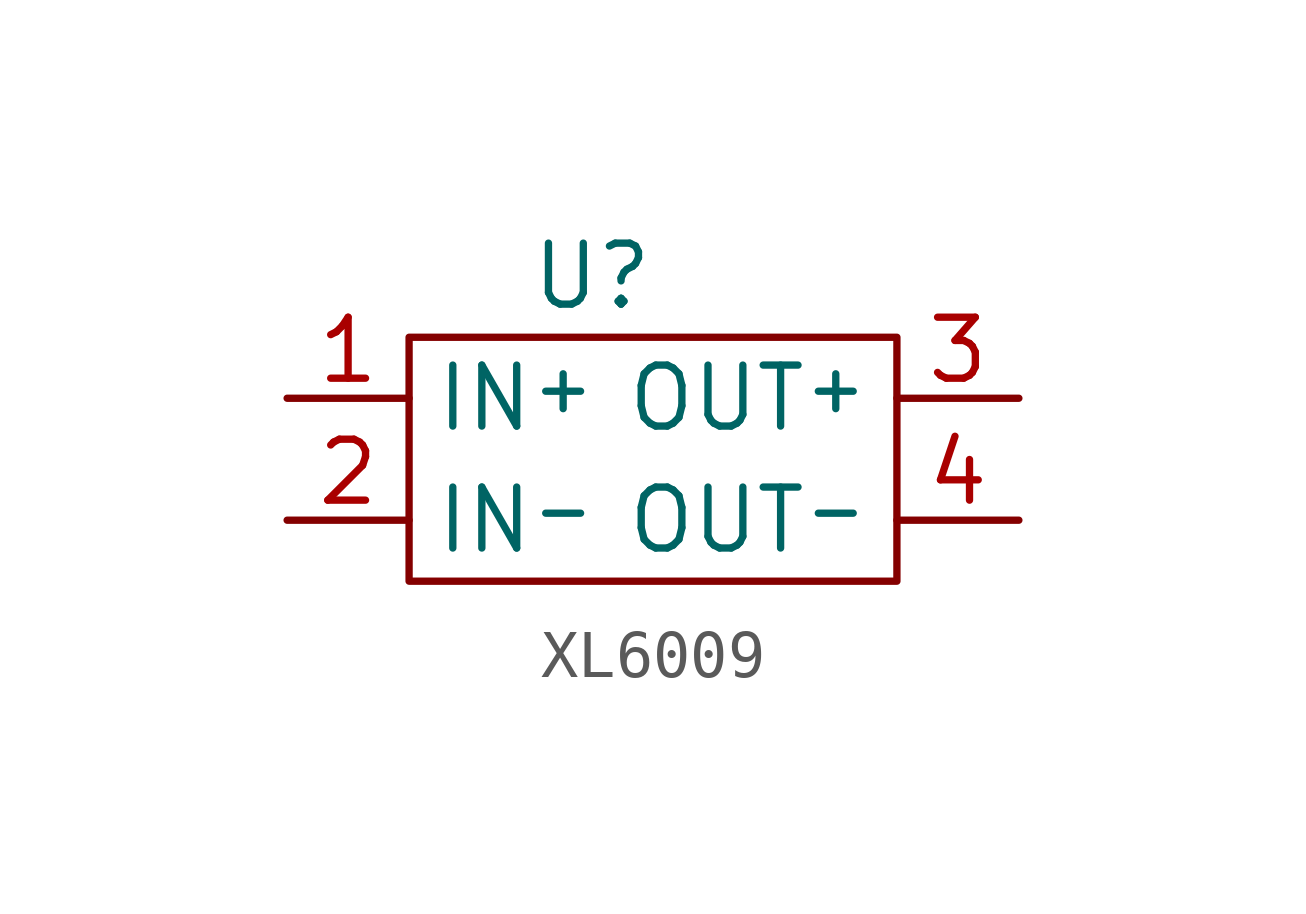
<source format=kicad_sym>
(kicad_symbol_lib
  (version 20220914)
  (generator kicad_symbol_editor)
  (symbol "XL6009"
    (property "Reference" "U"
      (at 0 0 0)
      (effects (font (size 1.27 1.27))))
    (property "Value" ""
      (at 0 0 0)
      (effects (font (size 1.27 1.27))))
    (symbol "XL6009_0_1"
      (rectangle (start -3.81 -1.27) (end 6.35 -6.35) (stroke (width 0) (type default)) (fill (type none))))
    (symbol "XL6009_1_1"
      (pin input line (at -6.35 -2.54 0) (length 2.54) (name "IN＋" (effects (font (size 1.27 1.27)))) (number "1" (effects (font (size 1.27 1.27)))))
      (pin input line (at -6.35 -5.08 0) (length 2.54) (name "IN－" (effects (font (size 1.27 1.27)))) (number "2" (effects (font (size 1.27 1.27)))))
      (pin input line (at 8.89 -2.54 180) (length 2.54) (name "OUT＋" (effects (font (size 1.27 1.27)))) (number "3" (effects (font (size 1.27 1.27)))))
      (pin input line (at 8.89 -5.08 180) (length 2.54) (name "OUT－" (effects (font (size 1.27 1.27)))) (number "4" (effects (font (size 1.27 1.27))))))))
</source>
